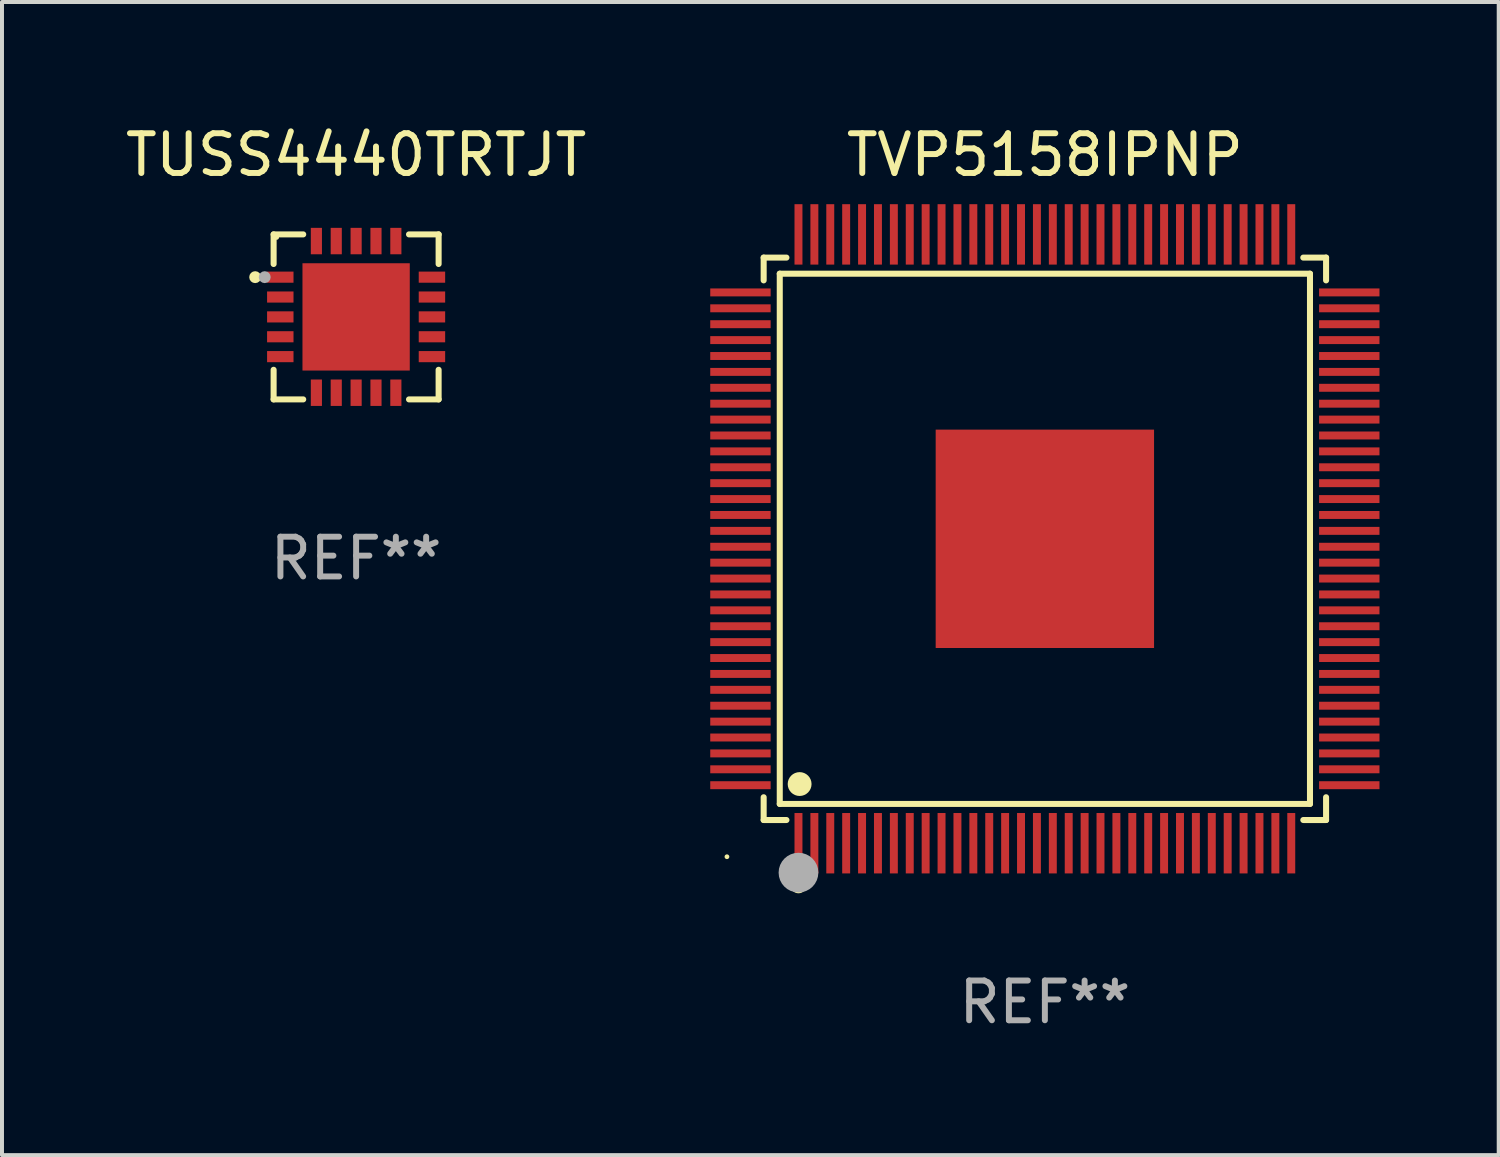
<source format=kicad_pcb>
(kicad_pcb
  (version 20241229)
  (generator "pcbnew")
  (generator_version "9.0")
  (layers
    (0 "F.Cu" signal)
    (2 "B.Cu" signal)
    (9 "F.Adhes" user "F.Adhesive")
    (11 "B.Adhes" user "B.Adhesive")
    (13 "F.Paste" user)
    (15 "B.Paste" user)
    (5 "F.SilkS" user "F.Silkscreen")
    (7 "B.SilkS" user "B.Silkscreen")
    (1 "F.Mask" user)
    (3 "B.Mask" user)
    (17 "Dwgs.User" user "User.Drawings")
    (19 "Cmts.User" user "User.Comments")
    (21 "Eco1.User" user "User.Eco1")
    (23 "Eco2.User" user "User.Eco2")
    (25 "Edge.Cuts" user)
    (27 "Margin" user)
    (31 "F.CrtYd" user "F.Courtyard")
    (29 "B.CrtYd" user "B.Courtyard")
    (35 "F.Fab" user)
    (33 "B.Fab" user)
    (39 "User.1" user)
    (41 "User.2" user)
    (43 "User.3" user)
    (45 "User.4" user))
  (footprint "TVP5158IPNP"
    (layer "F.Cu")
    (at 23.242 10.508)
    (property "Reference" "TVP5158IPNP" (at 0 -9.66 0) (layer "F.SilkS") (effects (font (size 1 1) (thickness 0.15))))
    (attr through_hole)
    (fp_line (start -7.076 -7.076) (end -6.503 -7.076) (stroke (width 0.152) (type solid)) (layer "F.SilkS"))
    (fp_line (start -7.076 -6.503) (end -7.076 -7.076) (stroke (width 0.152) (type solid)) (layer "F.SilkS"))
    (fp_line (start -7.076 6.503) (end -7.076 7.076) (stroke (width 0.152) (type solid)) (layer "F.SilkS"))
    (fp_line (start -7.076 7.076) (end -6.503 7.076) (stroke (width 0.152) (type solid)) (layer "F.SilkS"))
    (fp_line (start -6.671 -6.671) (end 6.671 -6.671) (stroke (width 0.152) (type solid)) (layer "F.SilkS"))
    (fp_line (start -6.671 6.671) (end -6.671 -6.671) (stroke (width 0.152) (type solid)) (layer "F.SilkS"))
    (fp_line (start 6.671 -6.671) (end 6.671 6.671) (stroke (width 0.152) (type solid)) (layer "F.SilkS"))
    (fp_line (start 6.671 6.671) (end -6.671 6.671) (stroke (width 0.152) (type solid)) (layer "F.SilkS"))
    (fp_line (start 7.076 -7.076) (end 6.503 -7.076) (stroke (width 0.152) (type solid)) (layer "F.SilkS"))
    (fp_line (start 7.076 -6.503) (end 7.076 -7.076) (stroke (width 0.152) (type solid)) (layer "F.SilkS"))
    (fp_line (start 7.076 6.503) (end 7.076 7.076) (stroke (width 0.152) (type solid)) (layer "F.SilkS"))
    (fp_line (start 7.076 7.076) (end 6.503 7.076) (stroke (width 0.152) (type solid)) (layer "F.SilkS"))
    (fp_circle (center -8 8) (end -7.97 8) (stroke (width 0.06) (type solid)) (fill no) (layer "F.SilkS"))
    (fp_circle (center -6.2 8.72) (end -6.1 8.72) (stroke (width 0.2) (type solid)) (fill no) (layer "F.SilkS"))
    (fp_circle (center -6.171 6.171) (end -6.021 6.171) (stroke (width 0.3) (type solid)) (fill no) (layer "F.SilkS"))
    (fp_circle (center -6.2 8.4) (end -5.95 8.4) (stroke (width 0.5) (type solid)) (fill no) (layer "F.Fab"))
    (fp_text user "REF**" (at 0 11.66 0) (layer "F.Fab") (effects (font (size 1 1) (thickness 0.15))))
    (pad "1" smd rect (at -6.2 7.66) (size 0.2 1.52) (layers "F.Cu" "F.Mask" "F.Paste"))
    (pad "2" smd rect (at -5.8 7.66) (size 0.2 1.52) (layers "F.Cu" "F.Mask" "F.Paste"))
    (pad "3" smd rect (at -5.4 7.66) (size 0.2 1.52) (layers "F.Cu" "F.Mask" "F.Paste"))
    (pad "4" smd rect (at -5 7.66) (size 0.2 1.52) (layers "F.Cu" "F.Mask" "F.Paste"))
    (pad "5" smd rect (at -4.6 7.66) (size 0.2 1.52) (layers "F.Cu" "F.Mask" "F.Paste"))
    (pad "6" smd rect (at -4.2 7.66) (size 0.2 1.52) (layers "F.Cu" "F.Mask" "F.Paste"))
    (pad "7" smd rect (at -3.8 7.66) (size 0.2 1.52) (layers "F.Cu" "F.Mask" "F.Paste"))
    (pad "8" smd rect (at -3.4 7.66) (size 0.2 1.52) (layers "F.Cu" "F.Mask" "F.Paste"))
    (pad "9" smd rect (at -3 7.66) (size 0.2 1.52) (layers "F.Cu" "F.Mask" "F.Paste"))
    (pad "10" smd rect (at -2.6 7.66) (size 0.2 1.52) (layers "F.Cu" "F.Mask" "F.Paste"))
    (pad "11" smd rect (at -2.2 7.66) (size 0.2 1.52) (layers "F.Cu" "F.Mask" "F.Paste"))
    (pad "12" smd rect (at -1.8 7.66) (size 0.2 1.52) (layers "F.Cu" "F.Mask" "F.Paste"))
    (pad "13" smd rect (at -1.4 7.66) (size 0.2 1.52) (layers "F.Cu" "F.Mask" "F.Paste"))
    (pad "14" smd rect (at -1 7.66) (size 0.2 1.52) (layers "F.Cu" "F.Mask" "F.Paste"))
    (pad "15" smd rect (at -0.6 7.66) (size 0.2 1.52) (layers "F.Cu" "F.Mask" "F.Paste"))
    (pad "16" smd rect (at -0.2 7.66) (size 0.2 1.52) (layers "F.Cu" "F.Mask" "F.Paste"))
    (pad "17" smd rect (at 0.2 7.66) (size 0.2 1.52) (layers "F.Cu" "F.Mask" "F.Paste"))
    (pad "18" smd rect (at 0.6 7.66) (size 0.2 1.52) (layers "F.Cu" "F.Mask" "F.Paste"))
    (pad "19" smd rect (at 1 7.66) (size 0.2 1.52) (layers "F.Cu" "F.Mask" "F.Paste"))
    (pad "20" smd rect (at 1.4 7.66) (size 0.2 1.52) (layers "F.Cu" "F.Mask" "F.Paste"))
    (pad "21" smd rect (at 1.8 7.66) (size 0.2 1.52) (layers "F.Cu" "F.Mask" "F.Paste"))
    (pad "22" smd rect (at 2.2 7.66) (size 0.2 1.52) (layers "F.Cu" "F.Mask" "F.Paste"))
    (pad "23" smd rect (at 2.6 7.66) (size 0.2 1.52) (layers "F.Cu" "F.Mask" "F.Paste"))
    (pad "24" smd rect (at 3 7.66) (size 0.2 1.52) (layers "F.Cu" "F.Mask" "F.Paste"))
    (pad "25" smd rect (at 3.4 7.66) (size 0.2 1.52) (layers "F.Cu" "F.Mask" "F.Paste"))
    (pad "26" smd rect (at 3.8 7.66) (size 0.2 1.52) (layers "F.Cu" "F.Mask" "F.Paste"))
    (pad "27" smd rect (at 4.2 7.66) (size 0.2 1.52) (layers "F.Cu" "F.Mask" "F.Paste"))
    (pad "28" smd rect (at 4.6 7.66) (size 0.2 1.52) (layers "F.Cu" "F.Mask" "F.Paste"))
    (pad "29" smd rect (at 5 7.66) (size 0.2 1.52) (layers "F.Cu" "F.Mask" "F.Paste"))
    (pad "30" smd rect (at 5.4 7.66) (size 0.2 1.52) (layers "F.Cu" "F.Mask" "F.Paste"))
    (pad "31" smd rect (at 5.8 7.66) (size 0.2 1.52) (layers "F.Cu" "F.Mask" "F.Paste"))
    (pad "32" smd rect (at 6.2 7.66) (size 0.2 1.52) (layers "F.Cu" "F.Mask" "F.Paste"))
    (pad "33" smd rect (at 7.66 6.2) (size 1.52 0.2) (layers "F.Cu" "F.Mask" "F.Paste"))
    (pad "34" smd rect (at 7.66 5.8) (size 1.52 0.2) (layers "F.Cu" "F.Mask" "F.Paste"))
    (pad "35" smd rect (at 7.66 5.4) (size 1.52 0.2) (layers "F.Cu" "F.Mask" "F.Paste"))
    (pad "36" smd rect (at 7.66 5) (size 1.52 0.2) (layers "F.Cu" "F.Mask" "F.Paste"))
    (pad "37" smd rect (at 7.66 4.6) (size 1.52 0.2) (layers "F.Cu" "F.Mask" "F.Paste"))
    (pad "38" smd rect (at 7.66 4.2) (size 1.52 0.2) (layers "F.Cu" "F.Mask" "F.Paste"))
    (pad "39" smd rect (at 7.66 3.8) (size 1.52 0.2) (layers "F.Cu" "F.Mask" "F.Paste"))
    (pad "40" smd rect (at 7.66 3.4) (size 1.52 0.2) (layers "F.Cu" "F.Mask" "F.Paste"))
    (pad "41" smd rect (at 7.66 3) (size 1.52 0.2) (layers "F.Cu" "F.Mask" "F.Paste"))
    (pad "42" smd rect (at 7.66 2.6) (size 1.52 0.2) (layers "F.Cu" "F.Mask" "F.Paste"))
    (pad "43" smd rect (at 7.66 2.2) (size 1.52 0.2) (layers "F.Cu" "F.Mask" "F.Paste"))
    (pad "44" smd rect (at 7.66 1.8) (size 1.52 0.2) (layers "F.Cu" "F.Mask" "F.Paste"))
    (pad "45" smd rect (at 7.66 1.4) (size 1.52 0.2) (layers "F.Cu" "F.Mask" "F.Paste"))
    (pad "46" smd rect (at 7.66 1) (size 1.52 0.2) (layers "F.Cu" "F.Mask" "F.Paste"))
    (pad "47" smd rect (at 7.66 0.6) (size 1.52 0.2) (layers "F.Cu" "F.Mask" "F.Paste"))
    (pad "48" smd rect (at 7.66 0.2) (size 1.52 0.2) (layers "F.Cu" "F.Mask" "F.Paste"))
    (pad "49" smd rect (at 7.66 -0.2) (size 1.52 0.2) (layers "F.Cu" "F.Mask" "F.Paste"))
    (pad "50" smd rect (at 7.66 -0.6) (size 1.52 0.2) (layers "F.Cu" "F.Mask" "F.Paste"))
    (pad "51" smd rect (at 7.66 -1) (size 1.52 0.2) (layers "F.Cu" "F.Mask" "F.Paste"))
    (pad "52" smd rect (at 7.66 -1.4) (size 1.52 0.2) (layers "F.Cu" "F.Mask" "F.Paste"))
    (pad "53" smd rect (at 7.66 -1.8) (size 1.52 0.2) (layers "F.Cu" "F.Mask" "F.Paste"))
    (pad "54" smd rect (at 7.66 -2.2) (size 1.52 0.2) (layers "F.Cu" "F.Mask" "F.Paste"))
    (pad "55" smd rect (at 7.66 -2.6) (size 1.52 0.2) (layers "F.Cu" "F.Mask" "F.Paste"))
    (pad "56" smd rect (at 7.66 -3) (size 1.52 0.2) (layers "F.Cu" "F.Mask" "F.Paste"))
    (pad "57" smd rect (at 7.66 -3.4) (size 1.52 0.2) (layers "F.Cu" "F.Mask" "F.Paste"))
    (pad "58" smd rect (at 7.66 -3.8) (size 1.52 0.2) (layers "F.Cu" "F.Mask" "F.Paste"))
    (pad "59" smd rect (at 7.66 -4.2) (size 1.52 0.2) (layers "F.Cu" "F.Mask" "F.Paste"))
    (pad "60" smd rect (at 7.66 -4.6) (size 1.52 0.2) (layers "F.Cu" "F.Mask" "F.Paste"))
    (pad "61" smd rect (at 7.66 -5) (size 1.52 0.2) (layers "F.Cu" "F.Mask" "F.Paste"))
    (pad "62" smd rect (at 7.66 -5.4) (size 1.52 0.2) (layers "F.Cu" "F.Mask" "F.Paste"))
    (pad "63" smd rect (at 7.66 -5.8) (size 1.52 0.2) (layers "F.Cu" "F.Mask" "F.Paste"))
    (pad "64" smd rect (at 7.66 -6.2) (size 1.52 0.2) (layers "F.Cu" "F.Mask" "F.Paste"))
    (pad "65" smd rect (at 6.2 -7.66) (size 0.2 1.52) (layers "F.Cu" "F.Mask" "F.Paste"))
    (pad "66" smd rect (at 5.8 -7.66) (size 0.2 1.52) (layers "F.Cu" "F.Mask" "F.Paste"))
    (pad "67" smd rect (at 5.4 -7.66) (size 0.2 1.52) (layers "F.Cu" "F.Mask" "F.Paste"))
    (pad "68" smd rect (at 5 -7.66) (size 0.2 1.52) (layers "F.Cu" "F.Mask" "F.Paste"))
    (pad "69" smd rect (at 4.6 -7.66) (size 0.2 1.52) (layers "F.Cu" "F.Mask" "F.Paste"))
    (pad "70" smd rect (at 4.2 -7.66) (size 0.2 1.52) (layers "F.Cu" "F.Mask" "F.Paste"))
    (pad "71" smd rect (at 3.8 -7.66) (size 0.2 1.52) (layers "F.Cu" "F.Mask" "F.Paste"))
    (pad "72" smd rect (at 3.4 -7.66) (size 0.2 1.52) (layers "F.Cu" "F.Mask" "F.Paste"))
    (pad "73" smd rect (at 3 -7.66) (size 0.2 1.52) (layers "F.Cu" "F.Mask" "F.Paste"))
    (pad "74" smd rect (at 2.6 -7.66) (size 0.2 1.52) (layers "F.Cu" "F.Mask" "F.Paste"))
    (pad "75" smd rect (at 2.2 -7.66) (size 0.2 1.52) (layers "F.Cu" "F.Mask" "F.Paste"))
    (pad "76" smd rect (at 1.8 -7.66) (size 0.2 1.52) (layers "F.Cu" "F.Mask" "F.Paste"))
    (pad "77" smd rect (at 1.4 -7.66) (size 0.2 1.52) (layers "F.Cu" "F.Mask" "F.Paste"))
    (pad "78" smd rect (at 1 -7.66) (size 0.2 1.52) (layers "F.Cu" "F.Mask" "F.Paste"))
    (pad "79" smd rect (at 0.6 -7.66) (size 0.2 1.52) (layers "F.Cu" "F.Mask" "F.Paste"))
    (pad "80" smd rect (at 0.2 -7.66) (size 0.2 1.52) (layers "F.Cu" "F.Mask" "F.Paste"))
    (pad "81" smd rect (at -0.2 -7.66) (size 0.2 1.52) (layers "F.Cu" "F.Mask" "F.Paste"))
    (pad "82" smd rect (at -0.6 -7.66) (size 0.2 1.52) (layers "F.Cu" "F.Mask" "F.Paste"))
    (pad "83" smd rect (at -1 -7.66) (size 0.2 1.52) (layers "F.Cu" "F.Mask" "F.Paste"))
    (pad "84" smd rect (at -1.4 -7.66) (size 0.2 1.52) (layers "F.Cu" "F.Mask" "F.Paste"))
    (pad "85" smd rect (at -1.8 -7.66) (size 0.2 1.52) (layers "F.Cu" "F.Mask" "F.Paste"))
    (pad "86" smd rect (at -2.2 -7.66) (size 0.2 1.52) (layers "F.Cu" "F.Mask" "F.Paste"))
    (pad "87" smd rect (at -2.6 -7.66) (size 0.2 1.52) (layers "F.Cu" "F.Mask" "F.Paste"))
    (pad "88" smd rect (at -3 -7.66) (size 0.2 1.52) (layers "F.Cu" "F.Mask" "F.Paste"))
    (pad "89" smd rect (at -3.4 -7.66) (size 0.2 1.52) (layers "F.Cu" "F.Mask" "F.Paste"))
    (pad "90" smd rect (at -3.8 -7.66) (size 0.2 1.52) (layers "F.Cu" "F.Mask" "F.Paste"))
    (pad "91" smd rect (at -4.2 -7.66) (size 0.2 1.52) (layers "F.Cu" "F.Mask" "F.Paste"))
    (pad "92" smd rect (at -4.6 -7.66) (size 0.2 1.52) (layers "F.Cu" "F.Mask" "F.Paste"))
    (pad "93" smd rect (at -5 -7.66) (size 0.2 1.52) (layers "F.Cu" "F.Mask" "F.Paste"))
    (pad "94" smd rect (at -5.4 -7.66) (size 0.2 1.52) (layers "F.Cu" "F.Mask" "F.Paste"))
    (pad "95" smd rect (at -5.8 -7.66) (size 0.2 1.52) (layers "F.Cu" "F.Mask" "F.Paste"))
    (pad "96" smd rect (at -6.2 -7.66) (size 0.2 1.52) (layers "F.Cu" "F.Mask" "F.Paste"))
    (pad "97" smd rect (at -7.66 -6.2) (size 1.52 0.2) (layers "F.Cu" "F.Mask" "F.Paste"))
    (pad "98" smd rect (at -7.66 -5.8) (size 1.52 0.2) (layers "F.Cu" "F.Mask" "F.Paste"))
    (pad "99" smd rect (at -7.66 -5.4) (size 1.52 0.2) (layers "F.Cu" "F.Mask" "F.Paste"))
    (pad "100" smd rect (at -7.66 -5) (size 1.52 0.2) (layers "F.Cu" "F.Mask" "F.Paste"))
    (pad "101" smd rect (at -7.66 -4.6) (size 1.52 0.2) (layers "F.Cu" "F.Mask" "F.Paste"))
    (pad "102" smd rect (at -7.66 -4.2) (size 1.52 0.2) (layers "F.Cu" "F.Mask" "F.Paste"))
    (pad "103" smd rect (at -7.66 -3.8) (size 1.52 0.2) (layers "F.Cu" "F.Mask" "F.Paste"))
    (pad "104" smd rect (at -7.66 -3.4) (size 1.52 0.2) (layers "F.Cu" "F.Mask" "F.Paste"))
    (pad "105" smd rect (at -7.66 -3) (size 1.52 0.2) (layers "F.Cu" "F.Mask" "F.Paste"))
    (pad "106" smd rect (at -7.66 -2.6) (size 1.52 0.2) (layers "F.Cu" "F.Mask" "F.Paste"))
    (pad "107" smd rect (at -7.66 -2.2) (size 1.52 0.2) (layers "F.Cu" "F.Mask" "F.Paste"))
    (pad "108" smd rect (at -7.66 -1.8) (size 1.52 0.2) (layers "F.Cu" "F.Mask" "F.Paste"))
    (pad "109" smd rect (at -7.66 -1.4) (size 1.52 0.2) (layers "F.Cu" "F.Mask" "F.Paste"))
    (pad "110" smd rect (at -7.66 -1) (size 1.52 0.2) (layers "F.Cu" "F.Mask" "F.Paste"))
    (pad "111" smd rect (at -7.66 -0.6) (size 1.52 0.2) (layers "F.Cu" "F.Mask" "F.Paste"))
    (pad "112" smd rect (at -7.66 -0.2) (size 1.52 0.2) (layers "F.Cu" "F.Mask" "F.Paste"))
    (pad "113" smd rect (at -7.66 0.2) (size 1.52 0.2) (layers "F.Cu" "F.Mask" "F.Paste"))
    (pad "114" smd rect (at -7.66 0.6) (size 1.52 0.2) (layers "F.Cu" "F.Mask" "F.Paste"))
    (pad "115" smd rect (at -7.66 1) (size 1.52 0.2) (layers "F.Cu" "F.Mask" "F.Paste"))
    (pad "116" smd rect (at -7.66 1.4) (size 1.52 0.2) (layers "F.Cu" "F.Mask" "F.Paste"))
    (pad "117" smd rect (at -7.66 1.8) (size 1.52 0.2) (layers "F.Cu" "F.Mask" "F.Paste"))
    (pad "118" smd rect (at -7.66 2.2) (size 1.52 0.2) (layers "F.Cu" "F.Mask" "F.Paste"))
    (pad "119" smd rect (at -7.66 2.6) (size 1.52 0.2) (layers "F.Cu" "F.Mask" "F.Paste"))
    (pad "120" smd rect (at -7.66 3) (size 1.52 0.2) (layers "F.Cu" "F.Mask" "F.Paste"))
    (pad "121" smd rect (at -7.66 3.4) (size 1.52 0.2) (layers "F.Cu" "F.Mask" "F.Paste"))
    (pad "122" smd rect (at -7.66 3.8) (size 1.52 0.2) (layers "F.Cu" "F.Mask" "F.Paste"))
    (pad "123" smd rect (at -7.66 4.2) (size 1.52 0.2) (layers "F.Cu" "F.Mask" "F.Paste"))
    (pad "124" smd rect (at -7.66 4.6) (size 1.52 0.2) (layers "F.Cu" "F.Mask" "F.Paste"))
    (pad "125" smd rect (at -7.66 5) (size 1.52 0.2) (layers "F.Cu" "F.Mask" "F.Paste"))
    (pad "126" smd rect (at -7.66 5.4) (size 1.52 0.2) (layers "F.Cu" "F.Mask" "F.Paste"))
    (pad "127" smd rect (at -7.66 5.8) (size 1.52 0.2) (layers "F.Cu" "F.Mask" "F.Paste"))
    (pad "128" smd rect (at -7.66 6.2) (size 1.52 0.2) (layers "F.Cu" "F.Mask" "F.Paste"))
    (pad "129" smd rect (at 0 0) (size 5.495 5.495) (layers "F.Cu" "F.Mask" "F.Paste")))
  (footprint "TUSS4440TRTJT"
    (layer "F.Cu")
    (at 5.911 4.924)
    (property "Reference" "TUSS4440TRTJT" (at 0 -4.076 0) (layer "F.SilkS") (effects (font (size 1 1) (thickness 0.15))))
    (attr through_hole)
    (fp_line (start -2.076 -2.076) (end -2.076 -1.331) (stroke (width 0.152) (type solid)) (layer "F.SilkS"))
    (fp_line (start -2.076 2.076) (end -2.076 1.331) (stroke (width 0.152) (type solid)) (layer "F.SilkS"))
    (fp_line (start -1.331 -2.076) (end -2.076 -2.076) (stroke (width 0.152) (type solid)) (layer "F.SilkS"))
    (fp_line (start -1.331 2.076) (end -2.076 2.076) (stroke (width 0.152) (type solid)) (layer "F.SilkS"))
    (fp_line (start 1.331 -2.076) (end 2.076 -2.076) (stroke (width 0.152) (type solid)) (layer "F.SilkS"))
    (fp_line (start 1.331 2.076) (end 2.076 2.076) (stroke (width 0.152) (type solid)) (layer "F.SilkS"))
    (fp_line (start 2.076 -2.076) (end 2.076 -1.331) (stroke (width 0.152) (type solid)) (layer "F.SilkS"))
    (fp_line (start 2.076 2.076) (end 2.076 1.331) (stroke (width 0.152) (type solid)) (layer "F.SilkS"))
    (fp_circle (center -2.54 -1) (end -2.465 -1) (stroke (width 0.15) (type solid)) (fill no) (layer "F.SilkS"))
    (fp_circle (center -2 -2) (end -1.97 -2) (stroke (width 0.06) (type solid)) (fill no) (layer "F.SilkS"))
    (fp_circle (center -2.3 -1) (end -2.225 -1) (stroke (width 0.15) (type solid)) (fill no) (layer "F.Fab"))
    (fp_text user "REF**" (at 0 6.076 0) (layer "F.Fab") (effects (font (size 1 1) (thickness 0.15))))
    (pad "1" smd rect (at -1.908 -1) (size 0.665 0.28) (layers "F.Cu" "F.Mask" "F.Paste"))
    (pad "2" smd rect (at -1.908 -0.5) (size 0.665 0.28) (layers "F.Cu" "F.Mask" "F.Paste"))
    (pad "3" smd rect (at -1.908 0) (size 0.665 0.28) (layers "F.Cu" "F.Mask" "F.Paste"))
    (pad "4" smd rect (at -1.908 0.5) (size 0.665 0.28) (layers "F.Cu" "F.Mask" "F.Paste"))
    (pad "5" smd rect (at -1.908 1) (size 0.665 0.28) (layers "F.Cu" "F.Mask" "F.Paste"))
    (pad "6" smd rect (at -1 1.908) (size 0.28 0.665) (layers "F.Cu" "F.Mask" "F.Paste"))
    (pad "7" smd rect (at -0.5 1.908) (size 0.28 0.665) (layers "F.Cu" "F.Mask" "F.Paste"))
    (pad "8" smd rect (at 0 1.908) (size 0.28 0.665) (layers "F.Cu" "F.Mask" "F.Paste"))
    (pad "9" smd rect (at 0.5 1.908) (size 0.28 0.665) (layers "F.Cu" "F.Mask" "F.Paste"))
    (pad "10" smd rect (at 1 1.908) (size 0.28 0.665) (layers "F.Cu" "F.Mask" "F.Paste"))
    (pad "11" smd rect (at 1.908 1) (size 0.665 0.28) (layers "F.Cu" "F.Mask" "F.Paste"))
    (pad "12" smd rect (at 1.908 0.5) (size 0.665 0.28) (layers "F.Cu" "F.Mask" "F.Paste"))
    (pad "13" smd rect (at 1.908 0) (size 0.665 0.28) (layers "F.Cu" "F.Mask" "F.Paste"))
    (pad "14" smd rect (at 1.908 -0.5) (size 0.665 0.28) (layers "F.Cu" "F.Mask" "F.Paste"))
    (pad "15" smd rect (at 1.908 -1) (size 0.665 0.28) (layers "F.Cu" "F.Mask" "F.Paste"))
    (pad "16" smd rect (at 1 -1.908) (size 0.28 0.665) (layers "F.Cu" "F.Mask" "F.Paste"))
    (pad "17" smd rect (at 0.5 -1.908) (size 0.28 0.665) (layers "F.Cu" "F.Mask" "F.Paste"))
    (pad "18" smd rect (at 0 -1.908) (size 0.28 0.665) (layers "F.Cu" "F.Mask" "F.Paste"))
    (pad "19" smd rect (at -0.5 -1.908) (size 0.28 0.665) (layers "F.Cu" "F.Mask" "F.Paste"))
    (pad "20" smd rect (at -1 -1.908) (size 0.28 0.665) (layers "F.Cu" "F.Mask" "F.Paste"))
    (pad "21" smd rect (at 0 0) (size 2.7 2.7) (layers "F.Cu" "F.Mask" "F.Paste")))
  (gr_rect
    (start -3 -3)
    (end 34.662 26.017)
    (stroke (width 0.1) (type default))
    (fill no)
    (layer "Edge.Cuts")))
</source>
